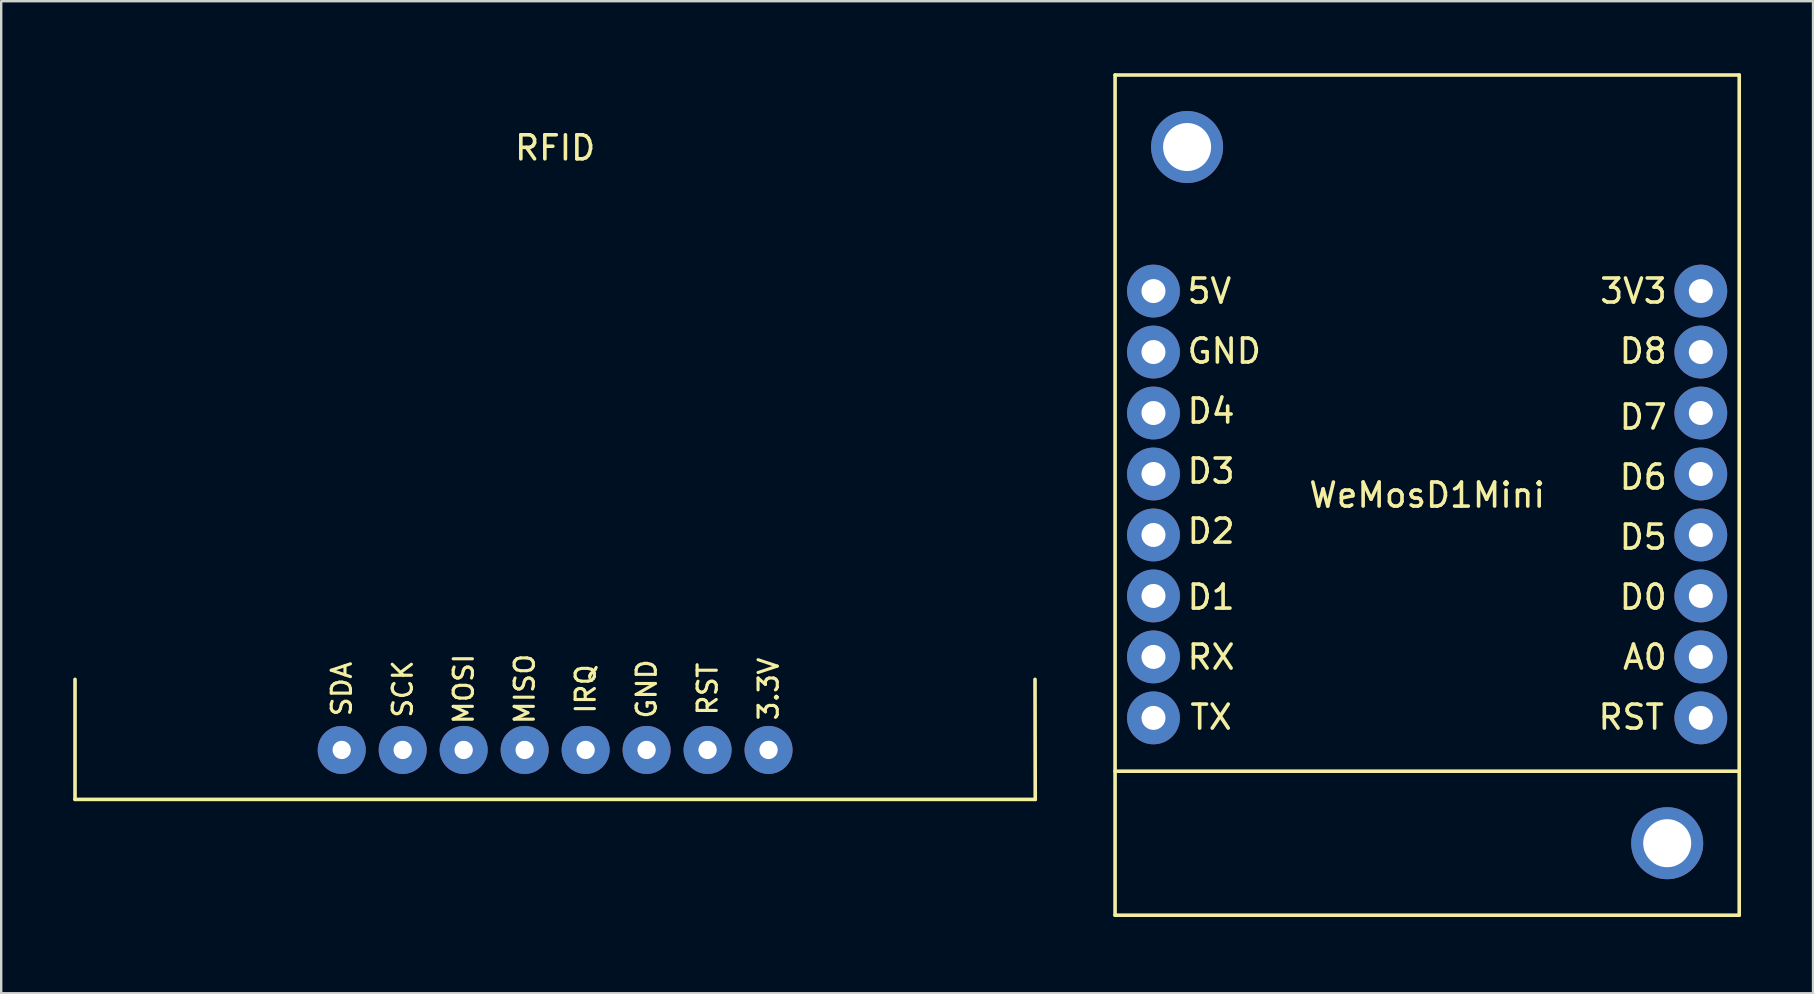
<source format=kicad_pcb>
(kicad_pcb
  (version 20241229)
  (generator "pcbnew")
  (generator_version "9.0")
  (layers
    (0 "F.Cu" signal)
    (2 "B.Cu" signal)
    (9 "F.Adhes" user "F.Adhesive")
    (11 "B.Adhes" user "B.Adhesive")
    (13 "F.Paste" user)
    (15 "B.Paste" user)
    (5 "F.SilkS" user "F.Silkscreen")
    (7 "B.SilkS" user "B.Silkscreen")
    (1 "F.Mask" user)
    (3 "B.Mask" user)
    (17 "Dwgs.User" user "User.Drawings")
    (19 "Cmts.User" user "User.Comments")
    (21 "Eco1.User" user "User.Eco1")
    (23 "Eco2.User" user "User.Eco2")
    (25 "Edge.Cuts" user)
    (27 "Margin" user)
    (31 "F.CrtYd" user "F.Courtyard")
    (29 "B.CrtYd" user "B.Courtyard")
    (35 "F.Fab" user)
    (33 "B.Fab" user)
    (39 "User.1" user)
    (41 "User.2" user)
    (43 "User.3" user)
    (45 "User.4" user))
  (footprint "RFID"
    (layer "F.Cu")
    (at 20.075 0.25)
    (property "Reference" "RFID" (at 0 2.86 0) (layer "F.SilkS") (effects (font (size 1 1) (thickness 0.15))))
    (attr through_hole)
    (fp_line (start -20 25) (end -20 30) (stroke (width 0.15) (type solid)) (layer "F.SilkS"))
    (fp_line (start -20 30) (end 20 30) (stroke (width 0.15) (type solid)) (layer "F.SilkS"))
    (fp_line (start 20 30) (end 19.99 25) (stroke (width 0.15) (type solid)) (layer "F.SilkS"))
    (fp_text user "3.3V" (at 8.89 25.4 90) (layer "F.SilkS") (effects (font (size 0.8 0.8) (thickness 0.13))))
    (fp_text user "MISO" (at -1.27 25.4 90) (layer "F.SilkS") (effects (font (size 0.8 0.8) (thickness 0.13))))
    (fp_text user "SCK" (at -6.35 25.4 90) (layer "F.SilkS") (effects (font (size 0.8 0.8) (thickness 0.13))))
    (fp_text user "GND" (at 3.81 25.4 90) (layer "F.SilkS") (effects (font (size 0.8 0.8) (thickness 0.13))))
    (fp_text user "SDA" (at -8.89 25.4 90) (layer "F.SilkS") (effects (font (size 0.8 0.8) (thickness 0.13))))
    (fp_text user "IRQ" (at 1.27 25.4 90) (layer "F.SilkS") (effects (font (size 0.8 0.8) (thickness 0.13))))
    (fp_text user "MOSI" (at -3.81 25.4 90) (layer "F.SilkS") (effects (font (size 0.8 0.8) (thickness 0.13))))
    (fp_text user "RST" (at 6.35 25.4 90) (layer "F.SilkS") (effects (font (size 0.8 0.8) (thickness 0.13))))
    (pad "1" thru_hole circle (at 8.89 27.94) (size 2 2) (drill 0.762) (layers "*.Cu" "*.Mask"))
    (pad "2" thru_hole circle (at 6.35 27.94) (size 2 2) (drill 0.762) (layers "*.Cu" "*.Mask"))
    (pad "3" thru_hole circle (at 3.81 27.94) (size 2 2) (drill 0.762) (layers "*.Cu" "*.Mask"))
    (pad "4" thru_hole circle (at 1.27 27.94) (size 2 2) (drill 0.762) (layers "*.Cu" "*.Mask"))
    (pad "5" thru_hole circle (at -1.27 27.94) (size 2 2) (drill 0.762) (layers "*.Cu" "*.Mask"))
    (pad "6" thru_hole circle (at -3.81 27.94) (size 2 2) (drill 0.762) (layers "*.Cu" "*.Mask"))
    (pad "7" thru_hole circle (at -6.35 27.94) (size 2 2) (drill 0.762) (layers "*.Cu" "*.Mask"))
    (pad "8" thru_hole circle (at -8.89 27.94) (size 2 2) (drill 0.762) (layers "*.Cu" "*.Mask")))
  (footprint "WeMosD1Mini"
    (layer "F.Cu")
    (at 43.4 35.075)
    (property "Reference" "WeMosD1Mini" (at 13 -17.5 0) (layer "F.SilkS") (effects (font (size 1 1) (thickness 0.15))))
    (attr through_hole)
    (fp_line (start 0 -35) (end 26 -35) (stroke (width 0.15) (type solid)) (layer "F.SilkS"))
    (fp_line (start 0 -6) (end 26 -6) (stroke (width 0.15) (type solid)) (layer "F.SilkS"))
    (fp_line (start 0 0) (end 0 -35) (stroke (width 0.15) (type solid)) (layer "F.SilkS"))
    (fp_line (start 26 -35) (end 26 0) (stroke (width 0.15) (type solid)) (layer "F.SilkS"))
    (fp_line (start 26 0) (end 0 0) (stroke (width 0.15) (type solid)) (layer "F.SilkS"))
    (fp_text user "5V" (at 3.929 -26 0) (layer "F.SilkS") (effects (font (size 1 1) (thickness 0.15))))
    (fp_text user "GND" (at 4.548 -23.5 0) (layer "F.SilkS") (effects (font (size 1 1) (thickness 0.15))))
    (fp_text user "D8" (at 22 -23.5 0) (layer "F.SilkS") (effects (font (size 1 1) (thickness 0.15))))
    (fp_text user "D2" (at 4 -16 0) (layer "F.SilkS") (effects (font (size 1 1) (thickness 0.15))))
    (fp_text user "D4" (at 4 -21 0) (layer "F.SilkS") (effects (font (size 1 1) (thickness 0.15))))
    (fp_text user "TX" (at 4 -8.25 0) (layer "F.SilkS") (effects (font (size 1 1) (thickness 0.15))))
    (fp_text user "RX" (at 4 -10.75 0) (layer "F.SilkS") (effects (font (size 1 1) (thickness 0.15))))
    (fp_text user "D6" (at 22 -18.25 0) (layer "F.SilkS") (effects (font (size 1 1) (thickness 0.15))))
    (fp_text user "RST" (at 21.5 -8.25 0) (layer "F.SilkS") (effects (font (size 1 1) (thickness 0.15))))
    (fp_text user "D3" (at 4 -18.5 0) (layer "F.SilkS") (effects (font (size 1 1) (thickness 0.15))))
    (fp_text user "A0" (at 22.071 -10.75 0) (layer "F.SilkS") (effects (font (size 1 1) (thickness 0.15))))
    (fp_text user "D5" (at 22 -15.75 0) (layer "F.SilkS") (effects (font (size 1 1) (thickness 0.15))))
    (fp_text user "D0" (at 22 -13.25 0) (layer "F.SilkS") (effects (font (size 1 1) (thickness 0.15))))
    (fp_text user "3V3" (at 21.595 -26 0) (layer "F.SilkS") (effects (font (size 1 1) (thickness 0.15))))
    (fp_text user "D1" (at 4 -13.25 0) (layer "F.SilkS") (effects (font (size 1 1) (thickness 0.15))))
    (fp_text user "D7" (at 22 -20.75 0) (layer "F.SilkS") (effects (font (size 1 1) (thickness 0.15))))
    (pad "1" thru_hole circle (at 1.6 -26) (size 2.2 2.2) (drill 1) (layers "*.Cu" "*.Mask"))
    (pad "2" thru_hole circle (at 1.6 -23.46) (size 2.2 2.2) (drill 1) (layers "*.Cu" "*.Mask"))
    (pad "3" thru_hole circle (at 1.6 -20.92) (size 2.2 2.2) (drill 1) (layers "*.Cu" "*.Mask"))
    (pad "4" thru_hole circle (at 1.6 -18.38) (size 2.2 2.2) (drill 1) (layers "*.Cu" "*.Mask"))
    (pad "5" thru_hole circle (at 1.6 -15.84) (size 2.2 2.2) (drill 1) (layers "*.Cu" "*.Mask"))
    (pad "6" thru_hole circle (at 1.6 -13.3) (size 2.2 2.2) (drill 1) (layers "*.Cu" "*.Mask"))
    (pad "7" thru_hole circle (at 1.6 -10.76) (size 2.2 2.2) (drill 1) (layers "*.Cu" "*.Mask"))
    (pad "8" thru_hole circle (at 1.6 -8.22) (size 2.2 2.2) (drill 1) (layers "*.Cu" "*.Mask"))
    (pad "9" thru_hole circle (at 24.4 -8.22) (size 2.2 2.2) (drill 1) (layers "*.Cu" "*.Mask"))
    (pad "10" thru_hole circle (at 24.4 -10.76) (size 2.2 2.2) (drill 1) (layers "*.Cu" "*.Mask"))
    (pad "11" thru_hole circle (at 24.4 -13.3) (size 2.2 2.2) (drill 1) (layers "*.Cu" "*.Mask"))
    (pad "12" thru_hole circle (at 24.4 -15.84) (size 2.2 2.2) (drill 1) (layers "*.Cu" "*.Mask"))
    (pad "13" thru_hole circle (at 24.4 -18.38) (size 2.2 2.2) (drill 1) (layers "*.Cu" "*.Mask"))
    (pad "14" thru_hole circle (at 24.4 -20.92) (size 2.2 2.2) (drill 1) (layers "*.Cu" "*.Mask"))
    (pad "15" thru_hole circle (at 24.4 -23.46) (size 2.2 2.2) (drill 1) (layers "*.Cu" "*.Mask"))
    (pad "16" thru_hole circle (at 24.4 -26) (size 2.2 2.2) (drill 1) (layers "*.Cu" "*.Mask"))
    (pad "17" thru_hole circle (at 3 -32) (size 3 3) (drill 2) (layers "*.Cu" "*.Mask"))
    (pad "18" thru_hole circle (at 23 -3) (size 3 3) (drill 2) (layers "*.Cu" "*.Mask")))
  (gr_rect
    (start -3 -3)
    (end 72.475 38.325)
    (stroke (width 0.1) (type default))
    (fill no)
    (layer "Edge.Cuts")))
</source>
